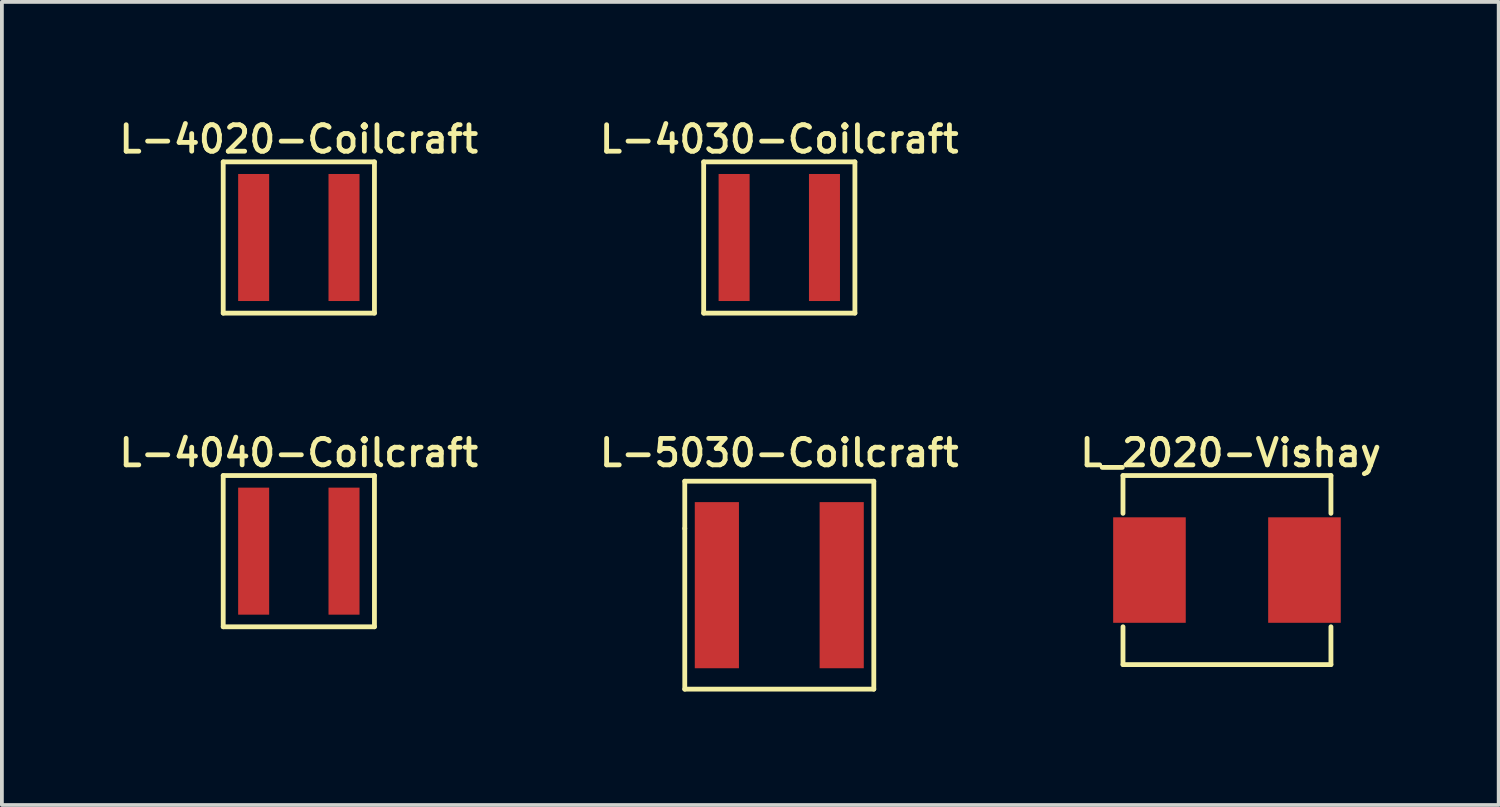
<source format=kicad_pcb>
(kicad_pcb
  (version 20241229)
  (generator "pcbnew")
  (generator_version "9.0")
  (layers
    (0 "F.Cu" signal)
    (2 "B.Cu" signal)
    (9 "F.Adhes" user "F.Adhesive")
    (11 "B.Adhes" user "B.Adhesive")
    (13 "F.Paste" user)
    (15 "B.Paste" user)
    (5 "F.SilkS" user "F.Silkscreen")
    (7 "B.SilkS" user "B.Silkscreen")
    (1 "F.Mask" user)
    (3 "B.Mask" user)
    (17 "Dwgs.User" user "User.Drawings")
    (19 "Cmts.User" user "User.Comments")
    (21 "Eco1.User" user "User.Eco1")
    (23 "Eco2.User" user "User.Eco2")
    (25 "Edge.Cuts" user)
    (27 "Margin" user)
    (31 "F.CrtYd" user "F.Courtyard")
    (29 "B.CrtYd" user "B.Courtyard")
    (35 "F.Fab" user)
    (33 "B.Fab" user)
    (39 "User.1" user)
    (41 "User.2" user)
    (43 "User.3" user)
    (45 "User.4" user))
  (footprint "L-5030-Coilcraft"
    (layer "F.Cu")
    (at 17.562 12.428)
    (property "Reference" "L-5030-Coilcraft" (at 0 -3.5 0) (layer "F.SilkS") (effects (font (size 0.7 0.7) (thickness 0.127))))
    (attr smd)
    (fp_line (start -2.5 -2.75) (end 2.5 -2.75) (stroke (width 0.127) (type solid)) (layer "F.SilkS"))
    (fp_line (start -2.5 -1.5) (end -2.5 -2.75) (stroke (width 0.127) (type solid)) (layer "F.SilkS"))
    (fp_line (start -2.5 2.75) (end -2.5 -1.5) (stroke (width 0.127) (type solid)) (layer "F.SilkS"))
    (fp_line (start 2.5 -2.75) (end 2.5 2.75) (stroke (width 0.127) (type solid)) (layer "F.SilkS"))
    (fp_line (start 2.5 2.75) (end -2.5 2.75) (stroke (width 0.127) (type solid)) (layer "F.SilkS"))
    (pad "1" smd rect (at -1.651 0) (size 1.168 4.394) (layers "F.Cu" "F.Mask" "F.Paste"))
    (pad "2" smd rect (at 1.651 0) (size 1.168 4.394) (layers "F.Cu" "F.Mask" "F.Paste")))
  (footprint "L-4040-Coilcraft"
    (layer "F.Cu")
    (at 4.854 11.528)
    (property "Reference" "L-4040-Coilcraft" (at 0 -2.6 0) (layer "F.SilkS") (effects (font (size 0.7 0.7) (thickness 0.127))))
    (attr smd)
    (fp_line (start -2 -2) (end 2 -2) (stroke (width 0.127) (type solid)) (layer "F.SilkS"))
    (fp_line (start -2 2) (end -2 -2) (stroke (width 0.127) (type solid)) (layer "F.SilkS"))
    (fp_line (start 2 -2) (end 2 2) (stroke (width 0.127) (type solid)) (layer "F.SilkS"))
    (fp_line (start 2 2) (end -2 2) (stroke (width 0.127) (type solid)) (layer "F.SilkS"))
    (pad "1" smd rect (at -1.195 0) (size 0.82 3.36) (layers "F.Cu" "F.Mask" "F.Paste"))
    (pad "2" smd rect (at 1.195 0) (size 0.82 3.36) (layers "F.Cu" "F.Mask" "F.Paste")))
  (footprint "L-4020-Coilcraft"
    (layer "F.Cu")
    (at 4.854 3.232)
    (property "Reference" "L-4020-Coilcraft" (at 0 -2.6 0) (layer "F.SilkS") (effects (font (size 0.7 0.7) (thickness 0.127))))
    (attr smd)
    (fp_line (start -2 -2) (end 2 -2) (stroke (width 0.127) (type solid)) (layer "F.SilkS"))
    (fp_line (start -2 2) (end -2 -2) (stroke (width 0.127) (type solid)) (layer "F.SilkS"))
    (fp_line (start 2 -2) (end 2 2) (stroke (width 0.127) (type solid)) (layer "F.SilkS"))
    (fp_line (start 2 2) (end -2 2) (stroke (width 0.127) (type solid)) (layer "F.SilkS"))
    (pad "1" smd rect (at -1.195 0) (size 0.82 3.36) (layers "F.Cu" "F.Mask" "F.Paste"))
    (pad "2" smd rect (at 1.195 0) (size 0.82 3.36) (layers "F.Cu" "F.Mask" "F.Paste")))
  (footprint "L_2020-Vishay"
    (layer "F.Cu")
    (at 29.403 12.028)
    (property "Reference" "L_2020-Vishay" (at 0.1 -3.1 0) (layer "F.SilkS") (effects (font (size 0.7 0.7) (thickness 0.127))))
    (attr smd)
    (fp_line (start -2.75 -2.5) (end 2.75 -2.5) (stroke (width 0.127) (type solid)) (layer "F.SilkS"))
    (fp_line (start -2.75 -1.5) (end -2.75 -2.5) (stroke (width 0.127) (type solid)) (layer "F.SilkS"))
    (fp_line (start -2.75 2.5) (end -2.75 1.5) (stroke (width 0.127) (type solid)) (layer "F.SilkS"))
    (fp_line (start 2.75 -2.5) (end 2.75 -1.5) (stroke (width 0.127) (type solid)) (layer "F.SilkS"))
    (fp_line (start 2.75 1.5) (end 2.75 2.5) (stroke (width 0.127) (type solid)) (layer "F.SilkS"))
    (fp_line (start 2.75 2.5) (end -2.75 2.5) (stroke (width 0.127) (type solid)) (layer "F.SilkS"))
    (pad "1" smd rect (at -2.05 0) (size 1.92 2.79) (layers "F.Cu" "F.Mask" "F.Paste"))
    (pad "2" smd rect (at 2.05 0) (size 1.92 2.79) (layers "F.Cu" "F.Mask" "F.Paste")))
  (footprint "L-4030-Coilcraft"
    (layer "F.Cu")
    (at 17.562 3.232)
    (property "Reference" "L-4030-Coilcraft" (at 0 -2.6 0) (layer "F.SilkS") (effects (font (size 0.7 0.7) (thickness 0.127))))
    (attr smd)
    (fp_line (start -2 -2) (end 2 -2) (stroke (width 0.127) (type solid)) (layer "F.SilkS"))
    (fp_line (start -2 2) (end -2 -2) (stroke (width 0.127) (type solid)) (layer "F.SilkS"))
    (fp_line (start 2 -2) (end 2 2) (stroke (width 0.127) (type solid)) (layer "F.SilkS"))
    (fp_line (start 2 2) (end -2 2) (stroke (width 0.127) (type solid)) (layer "F.SilkS"))
    (pad "1" smd rect (at -1.195 0) (size 0.82 3.36) (layers "F.Cu" "F.Mask" "F.Paste"))
    (pad "2" smd rect (at 1.195 0) (size 0.82 3.36) (layers "F.Cu" "F.Mask" "F.Paste")))
  (gr_rect
    (start -3 -3)
    (end 36.59 18.242)
    (stroke (width 0.1) (type default))
    (fill no)
    (layer "Edge.Cuts")))
</source>
